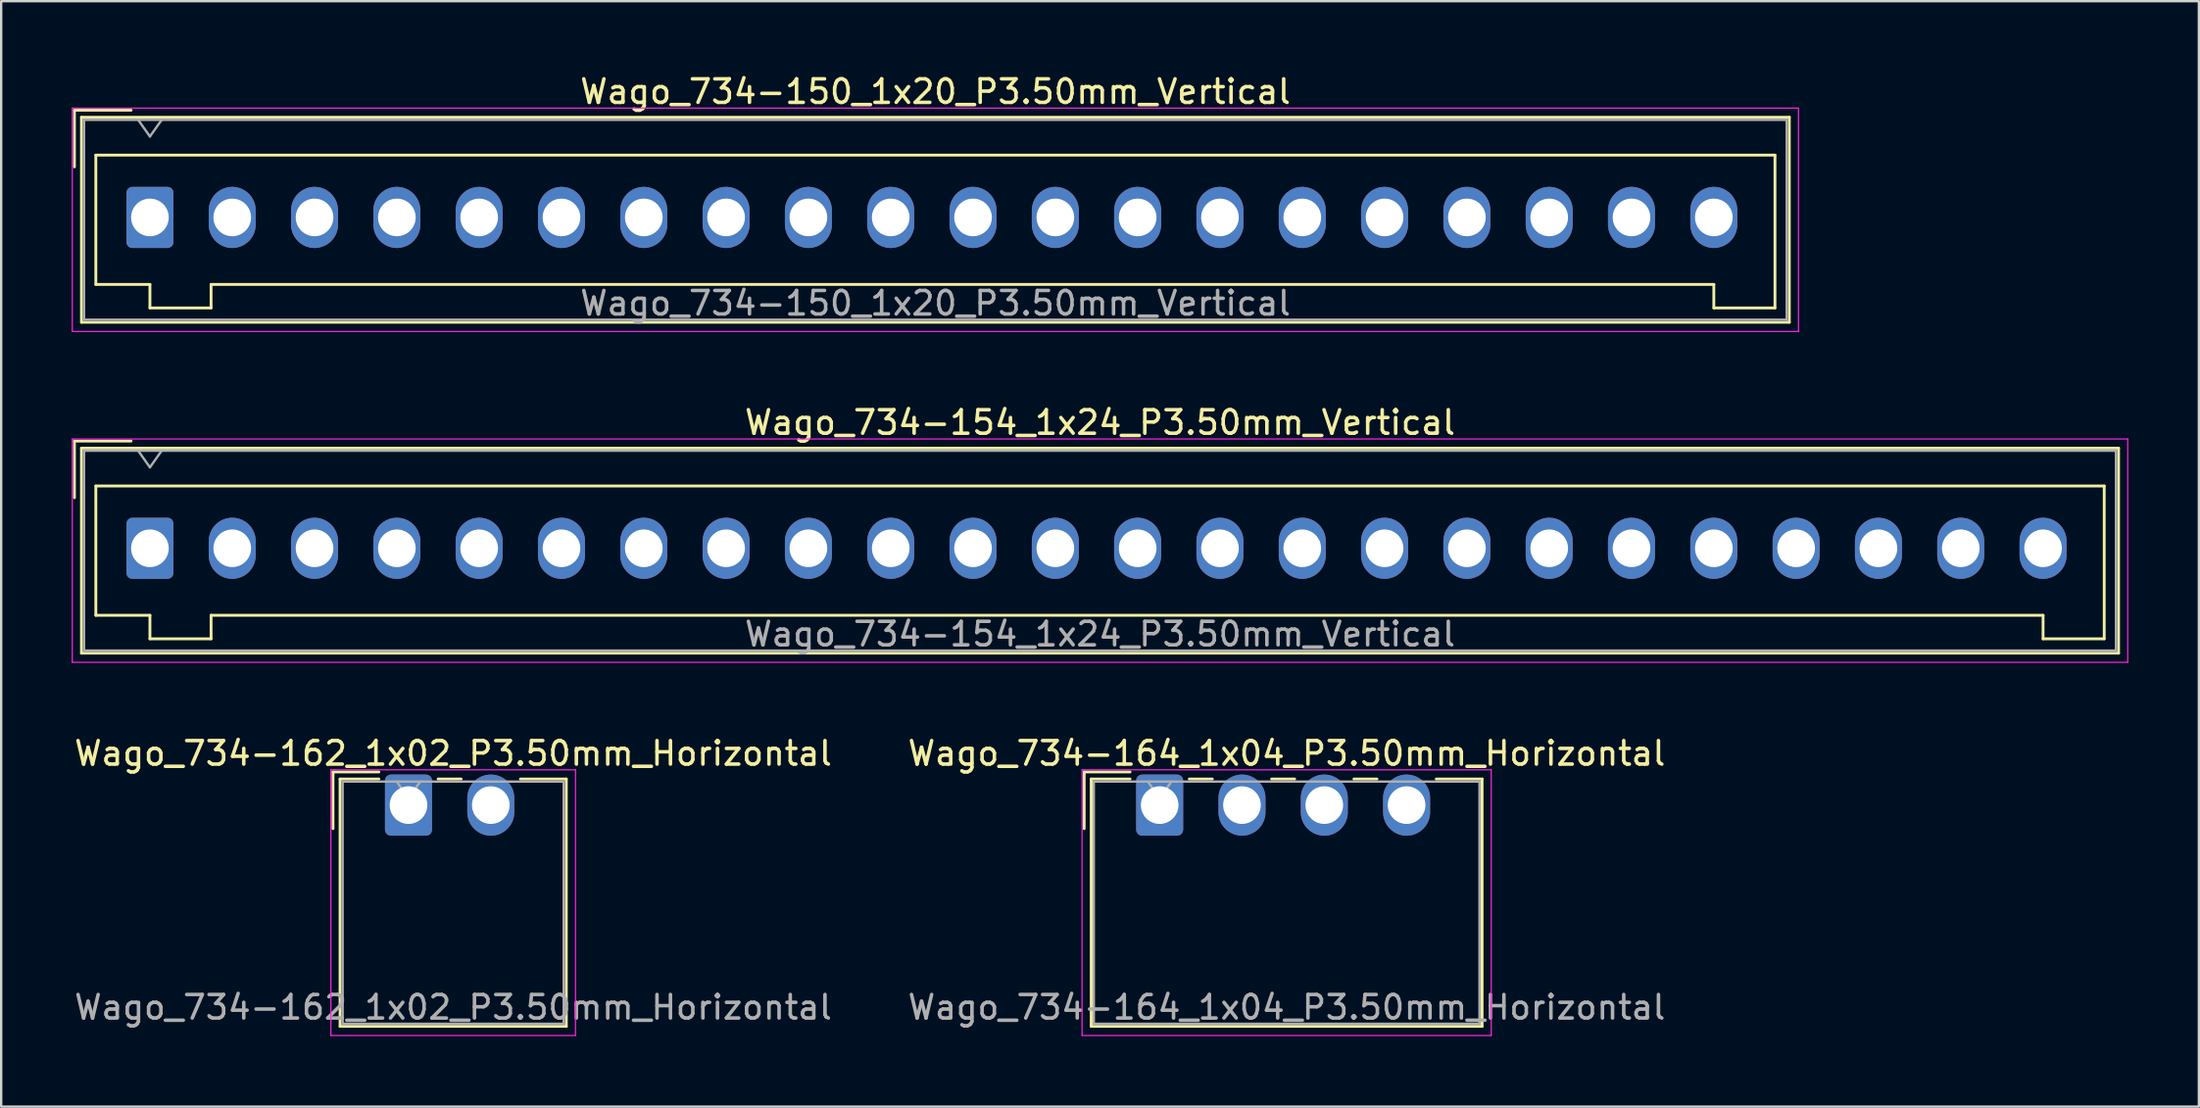
<source format=kicad_pcb>
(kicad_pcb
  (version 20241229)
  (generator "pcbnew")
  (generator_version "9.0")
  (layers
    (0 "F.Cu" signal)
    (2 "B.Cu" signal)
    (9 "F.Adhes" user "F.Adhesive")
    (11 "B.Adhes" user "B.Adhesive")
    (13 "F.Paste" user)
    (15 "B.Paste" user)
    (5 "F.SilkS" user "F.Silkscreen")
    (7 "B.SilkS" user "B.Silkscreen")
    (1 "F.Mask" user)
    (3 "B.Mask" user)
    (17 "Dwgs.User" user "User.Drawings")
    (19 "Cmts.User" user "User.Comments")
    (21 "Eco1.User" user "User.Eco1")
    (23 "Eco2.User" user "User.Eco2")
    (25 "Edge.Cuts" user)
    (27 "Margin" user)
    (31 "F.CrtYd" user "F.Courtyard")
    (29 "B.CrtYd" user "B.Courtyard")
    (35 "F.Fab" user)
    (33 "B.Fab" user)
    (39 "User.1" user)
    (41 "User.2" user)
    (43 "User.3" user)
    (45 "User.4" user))
  (footprint "Wago_734-150_1x20_P3.50mm_Vertical"
    (layer "F.Cu")
    (at 3.325 6.198)
    (property "Reference" "Wago_734-150_1x20_P3.50mm_Vertical" (at 33.4 -5.35 0) (layer "F.SilkS") (effects (font (size 1 1) (thickness 0.15))))
    (attr through_hole)
    (fp_line (start -3.21 -4.56) (end -0.8 -4.56) (stroke (width 0.12) (type solid)) (layer "F.SilkS"))
    (fp_line (start -3.21 -2.15) (end -3.21 -4.56) (stroke (width 0.12) (type solid)) (layer "F.SilkS"))
    (fp_line (start -2.91 -4.26) (end -2.91 4.46) (stroke (width 0.12) (type solid)) (layer "F.SilkS"))
    (fp_line (start -2.91 4.46) (end 69.71 4.46) (stroke (width 0.12) (type solid)) (layer "F.SilkS"))
    (fp_line (start -2.3 -2.65) (end -2.3 2.85) (stroke (width 0.12) (type solid)) (layer "F.SilkS"))
    (fp_line (start -2.3 2.85) (end 0 2.85) (stroke (width 0.12) (type solid)) (layer "F.SilkS"))
    (fp_line (start 0 2.85) (end 0 3.85) (stroke (width 0.12) (type solid)) (layer "F.SilkS"))
    (fp_line (start 0 3.85) (end 2.6 3.85) (stroke (width 0.12) (type solid)) (layer "F.SilkS"))
    (fp_line (start 2.6 2.85) (end 66.5 2.85) (stroke (width 0.12) (type solid)) (layer "F.SilkS"))
    (fp_line (start 2.6 3.85) (end 2.6 2.85) (stroke (width 0.12) (type solid)) (layer "F.SilkS"))
    (fp_line (start 66.5 2.85) (end 66.5 3.85) (stroke (width 0.12) (type solid)) (layer "F.SilkS"))
    (fp_line (start 66.5 3.85) (end 69.1 3.85) (stroke (width 0.12) (type solid)) (layer "F.SilkS"))
    (fp_line (start 69.1 -2.65) (end -2.3 -2.65) (stroke (width 0.12) (type solid)) (layer "F.SilkS"))
    (fp_line (start 69.1 3.85) (end 69.1 -2.65) (stroke (width 0.12) (type solid)) (layer "F.SilkS"))
    (fp_line (start 69.71 -4.26) (end -2.91 -4.26) (stroke (width 0.12) (type solid)) (layer "F.SilkS"))
    (fp_line (start 69.71 4.46) (end 69.71 -4.26) (stroke (width 0.12) (type solid)) (layer "F.SilkS"))
    (fp_line (start -3.3 -4.65) (end -3.3 4.85) (stroke (width 0.05) (type solid)) (layer "F.CrtYd"))
    (fp_line (start -3.3 4.85) (end 70.1 4.85) (stroke (width 0.05) (type solid)) (layer "F.CrtYd"))
    (fp_line (start 70.1 -4.65) (end -3.3 -4.65) (stroke (width 0.05) (type solid)) (layer "F.CrtYd"))
    (fp_line (start 70.1 4.85) (end 70.1 -4.65) (stroke (width 0.05) (type solid)) (layer "F.CrtYd"))
    (fp_line (start -2.8 -4.15) (end -2.8 4.35) (stroke (width 0.1) (type solid)) (layer "F.Fab"))
    (fp_line (start -2.8 4.35) (end 69.6 4.35) (stroke (width 0.1) (type solid)) (layer "F.Fab"))
    (fp_line (start -0.5 -4.15) (end 0 -3.443) (stroke (width 0.1) (type solid)) (layer "F.Fab"))
    (fp_line (start 0 -3.443) (end 0.5 -4.15) (stroke (width 0.1) (type solid)) (layer "F.Fab"))
    (fp_line (start 69.6 -4.15) (end -2.8 -4.15) (stroke (width 0.1) (type solid)) (layer "F.Fab"))
    (fp_line (start 69.6 4.35) (end 69.6 -4.15) (stroke (width 0.1) (type solid)) (layer "F.Fab"))
    (fp_text user "${REFERENCE}" (at 33.4 3.65 0) (layer "F.Fab") (effects (font (size 1 1) (thickness 0.15))))
    (pad "1" thru_hole roundrect (at 0 0) (size 2 2.6) (drill 1.6) (layers "*.Cu" "*.Mask") (roundrect_rratio 0.125))
    (pad "2" thru_hole oval (at 3.5 0) (size 2 2.6) (drill 1.6) (layers "*.Cu" "*.Mask"))
    (pad "3" thru_hole oval (at 7 0) (size 2 2.6) (drill 1.6) (layers "*.Cu" "*.Mask"))
    (pad "4" thru_hole oval (at 10.5 0) (size 2 2.6) (drill 1.6) (layers "*.Cu" "*.Mask"))
    (pad "5" thru_hole oval (at 14 0) (size 2 2.6) (drill 1.6) (layers "*.Cu" "*.Mask"))
    (pad "6" thru_hole oval (at 17.5 0) (size 2 2.6) (drill 1.6) (layers "*.Cu" "*.Mask"))
    (pad "7" thru_hole oval (at 21 0) (size 2 2.6) (drill 1.6) (layers "*.Cu" "*.Mask"))
    (pad "8" thru_hole oval (at 24.5 0) (size 2 2.6) (drill 1.6) (layers "*.Cu" "*.Mask"))
    (pad "9" thru_hole oval (at 28 0) (size 2 2.6) (drill 1.6) (layers "*.Cu" "*.Mask"))
    (pad "10" thru_hole oval (at 31.5 0) (size 2 2.6) (drill 1.6) (layers "*.Cu" "*.Mask"))
    (pad "11" thru_hole oval (at 35 0) (size 2 2.6) (drill 1.6) (layers "*.Cu" "*.Mask"))
    (pad "12" thru_hole oval (at 38.5 0) (size 2 2.6) (drill 1.6) (layers "*.Cu" "*.Mask"))
    (pad "13" thru_hole oval (at 42 0) (size 2 2.6) (drill 1.6) (layers "*.Cu" "*.Mask"))
    (pad "14" thru_hole oval (at 45.5 0) (size 2 2.6) (drill 1.6) (layers "*.Cu" "*.Mask"))
    (pad "15" thru_hole oval (at 49 0) (size 2 2.6) (drill 1.6) (layers "*.Cu" "*.Mask"))
    (pad "16" thru_hole oval (at 52.5 0) (size 2 2.6) (drill 1.6) (layers "*.Cu" "*.Mask"))
    (pad "17" thru_hole oval (at 56 0) (size 2 2.6) (drill 1.6) (layers "*.Cu" "*.Mask"))
    (pad "18" thru_hole oval (at 59.5 0) (size 2 2.6) (drill 1.6) (layers "*.Cu" "*.Mask"))
    (pad "19" thru_hole oval (at 63 0) (size 2 2.6) (drill 1.6) (layers "*.Cu" "*.Mask"))
    (pad "20" thru_hole oval (at 66.5 0) (size 2 2.6) (drill 1.6) (layers "*.Cu" "*.Mask")))
  (footprint "Wago_734-162_1x02_P3.50mm_Horizontal"
    (layer "F.Cu")
    (at 14.32 31.195)
    (property "Reference" "Wago_734-162_1x02_P3.50mm_Horizontal" (at 1.9 -2.2 0) (layer "F.SilkS") (effects (font (size 1 1) (thickness 0.15))))
    (attr through_hole)
    (fp_line (start -3.21 -1.41) (end -1.26 -1.41) (stroke (width 0.12) (type solid)) (layer "F.SilkS"))
    (fp_line (start -3.21 1) (end -3.21 -1.41) (stroke (width 0.12) (type solid)) (layer "F.SilkS"))
    (fp_line (start -2.91 -1.11) (end -2.91 9.41) (stroke (width 0.12) (type solid)) (layer "F.SilkS"))
    (fp_line (start -2.91 9.41) (end 6.71 9.41) (stroke (width 0.12) (type solid)) (layer "F.SilkS"))
    (fp_line (start -1.26 -1.11) (end -2.91 -1.11) (stroke (width 0.12) (type solid)) (layer "F.SilkS"))
    (fp_line (start 1.26 -1.11) (end 2.24 -1.11) (stroke (width 0.12) (type solid)) (layer "F.SilkS"))
    (fp_line (start 6.71 -1.11) (end 4.76 -1.11) (stroke (width 0.12) (type solid)) (layer "F.SilkS"))
    (fp_line (start 6.71 9.41) (end 6.71 -1.11) (stroke (width 0.12) (type solid)) (layer "F.SilkS"))
    (fp_line (start -3.3 -1.5) (end -3.3 9.8) (stroke (width 0.05) (type solid)) (layer "F.CrtYd"))
    (fp_line (start -3.3 9.8) (end 7.1 9.8) (stroke (width 0.05) (type solid)) (layer "F.CrtYd"))
    (fp_line (start 7.1 -1.5) (end -3.3 -1.5) (stroke (width 0.05) (type solid)) (layer "F.CrtYd"))
    (fp_line (start 7.1 9.8) (end 7.1 -1.5) (stroke (width 0.05) (type solid)) (layer "F.CrtYd"))
    (fp_line (start -2.8 -1) (end -2.8 9.3) (stroke (width 0.1) (type solid)) (layer "F.Fab"))
    (fp_line (start -2.8 9.3) (end 6.6 9.3) (stroke (width 0.1) (type solid)) (layer "F.Fab"))
    (fp_line (start -0.5 -1) (end 0 -0.293) (stroke (width 0.1) (type solid)) (layer "F.Fab"))
    (fp_line (start 0 -0.293) (end 0.5 -1) (stroke (width 0.1) (type solid)) (layer "F.Fab"))
    (fp_line (start 6.6 -1) (end -2.8 -1) (stroke (width 0.1) (type solid)) (layer "F.Fab"))
    (fp_line (start 6.6 9.3) (end 6.6 -1) (stroke (width 0.1) (type solid)) (layer "F.Fab"))
    (fp_text user "${REFERENCE}" (at 1.9 8.6 0) (layer "F.Fab") (effects (font (size 1 1) (thickness 0.15))))
    (pad "1" thru_hole roundrect (at 0 0) (size 2 2.6) (drill 1.6) (layers "*.Cu" "*.Mask") (roundrect_rratio 0.125))
    (pad "2" thru_hole oval (at 3.5 0) (size 2 2.6) (drill 1.6) (layers "*.Cu" "*.Mask")))
  (footprint "Wago_734-164_1x04_P3.50mm_Horizontal"
    (layer "F.Cu")
    (at 46.261 31.195)
    (property "Reference" "Wago_734-164_1x04_P3.50mm_Horizontal" (at 5.4 -2.2 0) (layer "F.SilkS") (effects (font (size 1 1) (thickness 0.15))))
    (attr through_hole)
    (fp_line (start -3.21 -1.41) (end -1.26 -1.41) (stroke (width 0.12) (type solid)) (layer "F.SilkS"))
    (fp_line (start -3.21 1) (end -3.21 -1.41) (stroke (width 0.12) (type solid)) (layer "F.SilkS"))
    (fp_line (start -2.91 -1.11) (end -2.91 9.41) (stroke (width 0.12) (type solid)) (layer "F.SilkS"))
    (fp_line (start -2.91 9.41) (end 13.71 9.41) (stroke (width 0.12) (type solid)) (layer "F.SilkS"))
    (fp_line (start -1.26 -1.11) (end -2.91 -1.11) (stroke (width 0.12) (type solid)) (layer "F.SilkS"))
    (fp_line (start 1.26 -1.11) (end 2.24 -1.11) (stroke (width 0.12) (type solid)) (layer "F.SilkS"))
    (fp_line (start 4.76 -1.11) (end 5.74 -1.11) (stroke (width 0.12) (type solid)) (layer "F.SilkS"))
    (fp_line (start 8.26 -1.11) (end 9.24 -1.11) (stroke (width 0.12) (type solid)) (layer "F.SilkS"))
    (fp_line (start 13.71 -1.11) (end 11.76 -1.11) (stroke (width 0.12) (type solid)) (layer "F.SilkS"))
    (fp_line (start 13.71 9.41) (end 13.71 -1.11) (stroke (width 0.12) (type solid)) (layer "F.SilkS"))
    (fp_line (start -3.3 -1.5) (end -3.3 9.8) (stroke (width 0.05) (type solid)) (layer "F.CrtYd"))
    (fp_line (start -3.3 9.8) (end 14.1 9.8) (stroke (width 0.05) (type solid)) (layer "F.CrtYd"))
    (fp_line (start 14.1 -1.5) (end -3.3 -1.5) (stroke (width 0.05) (type solid)) (layer "F.CrtYd"))
    (fp_line (start 14.1 9.8) (end 14.1 -1.5) (stroke (width 0.05) (type solid)) (layer "F.CrtYd"))
    (fp_line (start -2.8 -1) (end -2.8 9.3) (stroke (width 0.1) (type solid)) (layer "F.Fab"))
    (fp_line (start -2.8 9.3) (end 13.6 9.3) (stroke (width 0.1) (type solid)) (layer "F.Fab"))
    (fp_line (start -0.5 -1) (end 0 -0.293) (stroke (width 0.1) (type solid)) (layer "F.Fab"))
    (fp_line (start 0 -0.293) (end 0.5 -1) (stroke (width 0.1) (type solid)) (layer "F.Fab"))
    (fp_line (start 13.6 -1) (end -2.8 -1) (stroke (width 0.1) (type solid)) (layer "F.Fab"))
    (fp_line (start 13.6 9.3) (end 13.6 -1) (stroke (width 0.1) (type solid)) (layer "F.Fab"))
    (fp_text user "${REFERENCE}" (at 5.4 8.6 0) (layer "F.Fab") (effects (font (size 1 1) (thickness 0.15))))
    (pad "1" thru_hole roundrect (at 0 0) (size 2 2.6) (drill 1.6) (layers "*.Cu" "*.Mask") (roundrect_rratio 0.125))
    (pad "2" thru_hole oval (at 3.5 0) (size 2 2.6) (drill 1.6) (layers "*.Cu" "*.Mask"))
    (pad "3" thru_hole oval (at 7 0) (size 2 2.6) (drill 1.6) (layers "*.Cu" "*.Mask"))
    (pad "4" thru_hole oval (at 10.5 0) (size 2 2.6) (drill 1.6) (layers "*.Cu" "*.Mask")))
  (footprint "Wago_734-154_1x24_P3.50mm_Vertical"
    (layer "F.Cu")
    (at 3.325 20.271)
    (property "Reference" "Wago_734-154_1x24_P3.50mm_Vertical" (at 40.4 -5.35 0) (layer "F.SilkS") (effects (font (size 1 1) (thickness 0.15))))
    (attr through_hole)
    (fp_line (start -3.21 -4.56) (end -0.8 -4.56) (stroke (width 0.12) (type solid)) (layer "F.SilkS"))
    (fp_line (start -3.21 -2.15) (end -3.21 -4.56) (stroke (width 0.12) (type solid)) (layer "F.SilkS"))
    (fp_line (start -2.91 -4.26) (end -2.91 4.46) (stroke (width 0.12) (type solid)) (layer "F.SilkS"))
    (fp_line (start -2.91 4.46) (end 83.71 4.46) (stroke (width 0.12) (type solid)) (layer "F.SilkS"))
    (fp_line (start -2.3 -2.65) (end -2.3 2.85) (stroke (width 0.12) (type solid)) (layer "F.SilkS"))
    (fp_line (start -2.3 2.85) (end 0 2.85) (stroke (width 0.12) (type solid)) (layer "F.SilkS"))
    (fp_line (start 0 2.85) (end 0 3.85) (stroke (width 0.12) (type solid)) (layer "F.SilkS"))
    (fp_line (start 0 3.85) (end 2.6 3.85) (stroke (width 0.12) (type solid)) (layer "F.SilkS"))
    (fp_line (start 2.6 2.85) (end 80.5 2.85) (stroke (width 0.12) (type solid)) (layer "F.SilkS"))
    (fp_line (start 2.6 3.85) (end 2.6 2.85) (stroke (width 0.12) (type solid)) (layer "F.SilkS"))
    (fp_line (start 80.5 2.85) (end 80.5 3.85) (stroke (width 0.12) (type solid)) (layer "F.SilkS"))
    (fp_line (start 80.5 3.85) (end 83.1 3.85) (stroke (width 0.12) (type solid)) (layer "F.SilkS"))
    (fp_line (start 83.1 -2.65) (end -2.3 -2.65) (stroke (width 0.12) (type solid)) (layer "F.SilkS"))
    (fp_line (start 83.1 3.85) (end 83.1 -2.65) (stroke (width 0.12) (type solid)) (layer "F.SilkS"))
    (fp_line (start 83.71 -4.26) (end -2.91 -4.26) (stroke (width 0.12) (type solid)) (layer "F.SilkS"))
    (fp_line (start 83.71 4.46) (end 83.71 -4.26) (stroke (width 0.12) (type solid)) (layer "F.SilkS"))
    (fp_line (start -3.3 -4.65) (end -3.3 4.85) (stroke (width 0.05) (type solid)) (layer "F.CrtYd"))
    (fp_line (start -3.3 4.85) (end 84.1 4.85) (stroke (width 0.05) (type solid)) (layer "F.CrtYd"))
    (fp_line (start 84.1 -4.65) (end -3.3 -4.65) (stroke (width 0.05) (type solid)) (layer "F.CrtYd"))
    (fp_line (start 84.1 4.85) (end 84.1 -4.65) (stroke (width 0.05) (type solid)) (layer "F.CrtYd"))
    (fp_line (start -2.8 -4.15) (end -2.8 4.35) (stroke (width 0.1) (type solid)) (layer "F.Fab"))
    (fp_line (start -2.8 4.35) (end 83.6 4.35) (stroke (width 0.1) (type solid)) (layer "F.Fab"))
    (fp_line (start -0.5 -4.15) (end 0 -3.443) (stroke (width 0.1) (type solid)) (layer "F.Fab"))
    (fp_line (start 0 -3.443) (end 0.5 -4.15) (stroke (width 0.1) (type solid)) (layer "F.Fab"))
    (fp_line (start 83.6 -4.15) (end -2.8 -4.15) (stroke (width 0.1) (type solid)) (layer "F.Fab"))
    (fp_line (start 83.6 4.35) (end 83.6 -4.15) (stroke (width 0.1) (type solid)) (layer "F.Fab"))
    (fp_text user "${REFERENCE}" (at 40.4 3.65 0) (layer "F.Fab") (effects (font (size 1 1) (thickness 0.15))))
    (pad "1" thru_hole roundrect (at 0 0) (size 2 2.6) (drill 1.6) (layers "*.Cu" "*.Mask") (roundrect_rratio 0.125))
    (pad "2" thru_hole oval (at 3.5 0) (size 2 2.6) (drill 1.6) (layers "*.Cu" "*.Mask"))
    (pad "3" thru_hole oval (at 7 0) (size 2 2.6) (drill 1.6) (layers "*.Cu" "*.Mask"))
    (pad "4" thru_hole oval (at 10.5 0) (size 2 2.6) (drill 1.6) (layers "*.Cu" "*.Mask"))
    (pad "5" thru_hole oval (at 14 0) (size 2 2.6) (drill 1.6) (layers "*.Cu" "*.Mask"))
    (pad "6" thru_hole oval (at 17.5 0) (size 2 2.6) (drill 1.6) (layers "*.Cu" "*.Mask"))
    (pad "7" thru_hole oval (at 21 0) (size 2 2.6) (drill 1.6) (layers "*.Cu" "*.Mask"))
    (pad "8" thru_hole oval (at 24.5 0) (size 2 2.6) (drill 1.6) (layers "*.Cu" "*.Mask"))
    (pad "9" thru_hole oval (at 28 0) (size 2 2.6) (drill 1.6) (layers "*.Cu" "*.Mask"))
    (pad "10" thru_hole oval (at 31.5 0) (size 2 2.6) (drill 1.6) (layers "*.Cu" "*.Mask"))
    (pad "11" thru_hole oval (at 35 0) (size 2 2.6) (drill 1.6) (layers "*.Cu" "*.Mask"))
    (pad "12" thru_hole oval (at 38.5 0) (size 2 2.6) (drill 1.6) (layers "*.Cu" "*.Mask"))
    (pad "13" thru_hole oval (at 42 0) (size 2 2.6) (drill 1.6) (layers "*.Cu" "*.Mask"))
    (pad "14" thru_hole oval (at 45.5 0) (size 2 2.6) (drill 1.6) (layers "*.Cu" "*.Mask"))
    (pad "15" thru_hole oval (at 49 0) (size 2 2.6) (drill 1.6) (layers "*.Cu" "*.Mask"))
    (pad "16" thru_hole oval (at 52.5 0) (size 2 2.6) (drill 1.6) (layers "*.Cu" "*.Mask"))
    (pad "17" thru_hole oval (at 56 0) (size 2 2.6) (drill 1.6) (layers "*.Cu" "*.Mask"))
    (pad "18" thru_hole oval (at 59.5 0) (size 2 2.6) (drill 1.6) (layers "*.Cu" "*.Mask"))
    (pad "19" thru_hole oval (at 63 0) (size 2 2.6) (drill 1.6) (layers "*.Cu" "*.Mask"))
    (pad "20" thru_hole oval (at 66.5 0) (size 2 2.6) (drill 1.6) (layers "*.Cu" "*.Mask"))
    (pad "21" thru_hole oval (at 70 0) (size 2 2.6) (drill 1.6) (layers "*.Cu" "*.Mask"))
    (pad "22" thru_hole oval (at 73.5 0) (size 2 2.6) (drill 1.6) (layers "*.Cu" "*.Mask"))
    (pad "23" thru_hole oval (at 77 0) (size 2 2.6) (drill 1.6) (layers "*.Cu" "*.Mask"))
    (pad "24" thru_hole oval (at 80.5 0) (size 2 2.6) (drill 1.6) (layers "*.Cu" "*.Mask")))
  (gr_rect
    (start -3 -3)
    (end 90.45 44.02)
    (stroke (width 0.1) (type default))
    (fill no)
    (layer "Edge.Cuts")))
</source>
